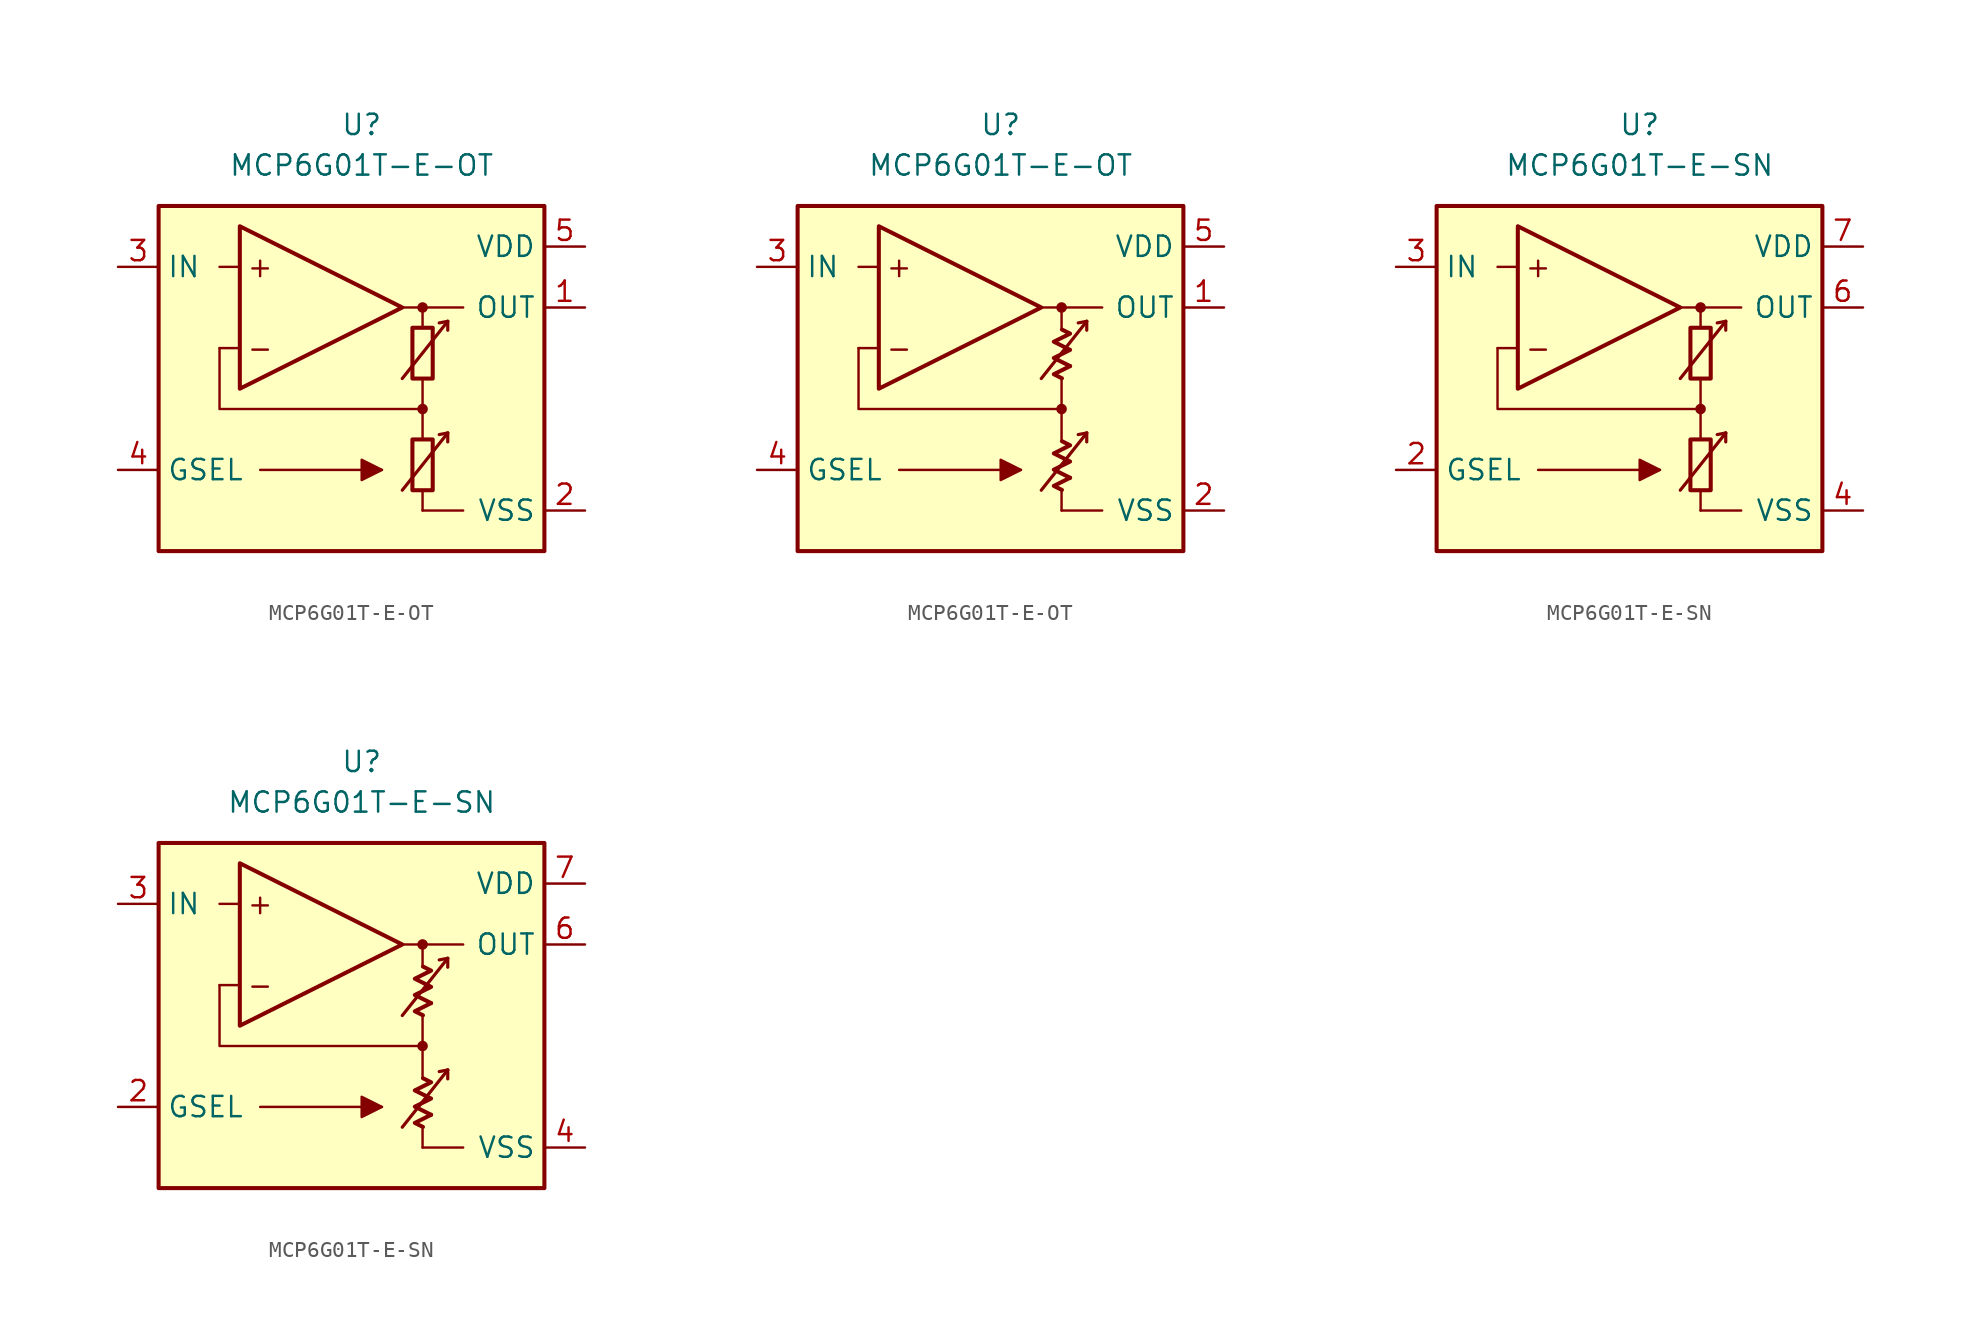
<source format=kicad_sym>
(kicad_symbol_lib
  (version 20231120)
  (generator "kicad_symbol_editor")
  (generator_version "8.0")
  (symbol "MCP6G01T-E-OT"
    (property "Reference" "U"
      (at 0 16.51 0)
      (effects (font (size 1.27 1.27))))
    (property "Value" "MCP6G01T-E-OT"
      (at 0 13.97 0)
      (effects (font (size 1.27 1.27))))
    (symbol "MCP6G01T-E-OT_0_0"
      (rectangle (start -12.7 11.43) (end 11.43 -10.16) (stroke (width 0.254) (type default)) (fill (type background)))
      (polyline (pts (xy 3.81 -3.81)) (stroke (width 0.152) (type default)) (fill (type none)))
      (polyline (pts (xy 3.81 -3.175)) (stroke (width 0.152) (type default)) (fill (type none)))
      (polyline (pts (xy 3.81 3.81)) (stroke (width 0.152) (type default)) (fill (type none)))
      (polyline (pts (xy 3.81 3.81)) (stroke (width 0.152) (type default)) (fill (type none)))
      (polyline (pts (xy -7.62 2.54) (xy -8.89 2.54)) (stroke (width 0.152) (type default)) (fill (type none)))
      (polyline (pts (xy -7.62 7.62) (xy -8.89 7.62)) (stroke (width 0.152) (type default)) (fill (type none)))
      (polyline (pts (xy 2.54 5.08) (xy 6.35 5.08)) (stroke (width 0.152) (type default)) (fill (type none)))
      (polyline (pts (xy 3.81 -7.62) (xy 6.35 -7.62)) (stroke (width 0.152) (type default)) (fill (type none)))
      (polyline (pts (xy 3.81 -6.35) (xy 3.81 -7.62)) (stroke (width 0.152) (type default)) (fill (type none)))
      (polyline (pts (xy 3.81 -1.27) (xy 3.81 -3.175)) (stroke (width 0.152) (type default)) (fill (type none)))
      (polyline (pts (xy 3.81 0.635) (xy 3.81 -1.27)) (stroke (width 0.152) (type default)) (fill (type none)))
      (polyline (pts (xy 3.81 5.08) (xy 3.81 3.81)) (stroke (width 0.152) (type default)) (fill (type none)))
      (polyline (pts (xy 3.81 -1.27) (xy -8.89 -1.27) (xy -8.89 2.54)) (stroke (width 0.152) (type default)) (fill (type none)))
      (circle (center 3.81 -1.27) (radius 0.254) (stroke (width 0.152) (type default)) (fill (type outline)))
      (circle (center 3.81 5.08) (radius 0.254) (stroke (width 0.152) (type default)) (fill (type outline)))
      (text "+" (at -6.35 7.62 0) (effects (font (size 1.27 1.27))))
      (text "-" (at -6.35 2.54 0) (effects (font (size 1.27 1.27)))))
    (symbol "MCP6G01T-E-OT_0_1"
      (rectangle (start 3.175 -3.175) (end 4.445 -6.35) (stroke (width 0.254) (type default)) (fill (type none)))
      (rectangle (start 3.175 3.81) (end 4.445 0.635) (stroke (width 0.254) (type default)) (fill (type none))))
    (symbol "MCP6G01T-E-OT_0_2"
      (polyline (pts (xy 4.343 -5.572) (xy 3.326 -6.08) (xy 3.834 -6.333)) (stroke (width 0.254) (type default)) (fill (type none)))
      (polyline (pts (xy 4.343 1.413) (xy 3.326 0.905) (xy 3.834 0.651)) (stroke (width 0.254) (type default)) (fill (type none)))
      (polyline (pts (xy 3.834 -3.285) (xy 4.343 -3.539) (xy 3.326 -4.048) (xy 4.343 -4.556) (xy 3.326 -5.064) (xy 4.343 -5.572)) (stroke (width 0.254) (type default)) (fill (type none)))
      (polyline (pts (xy 3.834 3.7) (xy 4.343 3.446) (xy 3.326 2.938) (xy 4.343 2.429) (xy 3.326 1.921) (xy 4.343 1.413)) (stroke (width 0.254) (type default)) (fill (type none))))
    (symbol "MCP6G01T-E-OT_1_0"
      (polyline (pts (xy -6.35 -5.08) (xy 1.27 -5.08)) (stroke (width 0.152) (type default)) (fill (type none)))
      (polyline (pts (xy 5.385 -2.769) (xy 4.851 -2.87)) (stroke (width 0.2) (type default)) (fill (type none)))
      (polyline (pts (xy 5.385 -2.769) (xy 5.385 -3.327)) (stroke (width 0.2) (type default)) (fill (type none)))
      (polyline (pts (xy 5.385 4.216) (xy 4.851 4.115)) (stroke (width 0.2) (type default)) (fill (type none)))
      (polyline (pts (xy 5.385 4.216) (xy 5.385 3.658)) (stroke (width 0.2) (type default)) (fill (type none)))
      (polyline (pts (xy -7.62 10.16) (xy -7.62 0) (xy 2.54 5.08) (xy -7.62 10.16)) (stroke (width 0.254) (type default)) (fill (type background)))
      (polyline (pts (xy 2.54 -6.35) (xy 5.385 -2.769) (xy 5.385 -2.769) (xy 5.385 -2.769)) (stroke (width 0.2) (type default)) (fill (type none)))
      (polyline (pts (xy 2.54 0.635) (xy 5.385 4.216) (xy 5.385 4.216) (xy 5.385 4.216)) (stroke (width 0.2) (type default)) (fill (type none)))
      (polyline (pts (xy 1.27 -5.08) (xy 0 -4.445) (xy 0 -5.715) (xy 1.27 -5.08) (xy 0 -4.445)) (stroke (width 0.152) (type default)) (fill (type outline))))
    (symbol "MCP6G01T-E-OT_1_1"
      (pin output line (at 13.97 5.08 180) (length 2.54) (name "OUT" (effects (font (size 1.27 1.27)))) (number "1" (effects (font (size 1.27 1.27)))))
      (pin power_in line (at 13.97 -7.62 180) (length 2.54) (name "VSS" (effects (font (size 1.27 1.27)))) (number "2" (effects (font (size 1.27 1.27)))))
      (pin input line (at -15.24 7.62 0) (length 2.54) (name "IN" (effects (font (size 1.27 1.27)))) (number "3" (effects (font (size 1.27 1.27)))))
      (pin input line (at -15.24 -5.08 0) (length 2.54) (name "GSEL" (effects (font (size 1.27 1.27)))) (number "4" (effects (font (size 1.27 1.27)))))
      (pin power_in line (at 13.97 8.89 180) (length 2.54) (name "VDD" (effects (font (size 1.27 1.27)))) (number "5" (effects (font (size 1.27 1.27))))))
    (symbol "MCP6G01T-E-OT_1_2"
      (pin output line (at 13.97 5.08 180) (length 2.54) (name "OUT" (effects (font (size 1.27 1.27)))) (number "1" (effects (font (size 1.27 1.27)))))
      (pin power_in line (at 13.97 -7.62 180) (length 2.54) (name "VSS" (effects (font (size 1.27 1.27)))) (number "2" (effects (font (size 1.27 1.27)))))
      (pin input line (at -15.24 7.62 0) (length 2.54) (name "IN" (effects (font (size 1.27 1.27)))) (number "3" (effects (font (size 1.27 1.27)))))
      (pin input line (at -15.24 -5.08 0) (length 2.54) (name "GSEL" (effects (font (size 1.27 1.27)))) (number "4" (effects (font (size 1.27 1.27)))))
      (pin power_in line (at 13.97 8.89 180) (length 2.54) (name "VDD" (effects (font (size 1.27 1.27)))) (number "5" (effects (font (size 1.27 1.27)))))))
  (symbol "MCP6G01T-E-SN"
    (property "Reference" "U"
      (at 0 16.51 0)
      (effects (font (size 1.27 1.27))))
    (property "Value" "MCP6G01T-E-SN"
      (at 0 13.97 0)
      (effects (font (size 1.27 1.27))))
    (symbol "MCP6G01T-E-SN_0_0"
      (rectangle (start -12.7 11.43) (end 11.43 -10.16) (stroke (width 0.254) (type default)) (fill (type background)))
      (polyline (pts (xy 3.81 -3.81)) (stroke (width 0.152) (type default)) (fill (type none)))
      (polyline (pts (xy 3.81 -3.175)) (stroke (width 0.152) (type default)) (fill (type none)))
      (polyline (pts (xy 3.81 3.81)) (stroke (width 0.152) (type default)) (fill (type none)))
      (polyline (pts (xy 3.81 3.81)) (stroke (width 0.152) (type default)) (fill (type none)))
      (polyline (pts (xy -7.62 2.54) (xy -8.89 2.54)) (stroke (width 0.152) (type default)) (fill (type none)))
      (polyline (pts (xy -7.62 7.62) (xy -8.89 7.62)) (stroke (width 0.152) (type default)) (fill (type none)))
      (polyline (pts (xy 2.54 5.08) (xy 6.35 5.08)) (stroke (width 0.152) (type default)) (fill (type none)))
      (polyline (pts (xy 3.81 -7.62) (xy 6.35 -7.62)) (stroke (width 0.152) (type default)) (fill (type none)))
      (polyline (pts (xy 3.81 -6.35) (xy 3.81 -7.62)) (stroke (width 0.152) (type default)) (fill (type none)))
      (polyline (pts (xy 3.81 -1.27) (xy 3.81 -3.175)) (stroke (width 0.152) (type default)) (fill (type none)))
      (polyline (pts (xy 3.81 0.635) (xy 3.81 -1.27)) (stroke (width 0.152) (type default)) (fill (type none)))
      (polyline (pts (xy 3.81 5.08) (xy 3.81 3.81)) (stroke (width 0.152) (type default)) (fill (type none)))
      (polyline (pts (xy 3.81 -1.27) (xy -8.89 -1.27) (xy -8.89 2.54)) (stroke (width 0.152) (type default)) (fill (type none)))
      (circle (center 3.81 -1.27) (radius 0.254) (stroke (width 0.152) (type default)) (fill (type outline)))
      (circle (center 3.81 5.08) (radius 0.254) (stroke (width 0.152) (type default)) (fill (type outline)))
      (text "+" (at -6.35 7.62 0) (effects (font (size 1.27 1.27))))
      (text "-" (at -6.35 2.54 0) (effects (font (size 1.27 1.27)))))
    (symbol "MCP6G01T-E-SN_0_1"
      (rectangle (start 3.175 -3.175) (end 4.445 -6.35) (stroke (width 0.254) (type default)) (fill (type none)))
      (rectangle (start 3.175 3.81) (end 4.445 0.635) (stroke (width 0.254) (type default)) (fill (type none))))
    (symbol "MCP6G01T-E-SN_0_2"
      (polyline (pts (xy 4.343 -5.572) (xy 3.326 -6.08) (xy 3.834 -6.333)) (stroke (width 0.254) (type default)) (fill (type none)))
      (polyline (pts (xy 4.343 1.413) (xy 3.326 0.905) (xy 3.834 0.651)) (stroke (width 0.254) (type default)) (fill (type none)))
      (polyline (pts (xy 3.834 -3.285) (xy 4.343 -3.539) (xy 3.326 -4.048) (xy 4.343 -4.556) (xy 3.326 -5.064) (xy 4.343 -5.572)) (stroke (width 0.254) (type default)) (fill (type none)))
      (polyline (pts (xy 3.834 3.7) (xy 4.343 3.446) (xy 3.326 2.938) (xy 4.343 2.429) (xy 3.326 1.921) (xy 4.343 1.413)) (stroke (width 0.254) (type default)) (fill (type none))))
    (symbol "MCP6G01T-E-SN_1_0"
      (polyline (pts (xy -6.35 -5.08) (xy 1.27 -5.08)) (stroke (width 0.152) (type default)) (fill (type none)))
      (polyline (pts (xy 5.385 -2.769) (xy 4.851 -2.87)) (stroke (width 0.2) (type default)) (fill (type none)))
      (polyline (pts (xy 5.385 -2.769) (xy 5.385 -3.327)) (stroke (width 0.2) (type default)) (fill (type none)))
      (polyline (pts (xy 5.385 4.216) (xy 4.851 4.115)) (stroke (width 0.2) (type default)) (fill (type none)))
      (polyline (pts (xy 5.385 4.216) (xy 5.385 3.658)) (stroke (width 0.2) (type default)) (fill (type none)))
      (polyline (pts (xy -7.62 10.16) (xy -7.62 0) (xy 2.54 5.08) (xy -7.62 10.16)) (stroke (width 0.254) (type default)) (fill (type background)))
      (polyline (pts (xy 2.54 -6.35) (xy 5.385 -2.769) (xy 5.385 -2.769) (xy 5.385 -2.769)) (stroke (width 0.2) (type default)) (fill (type none)))
      (polyline (pts (xy 2.54 0.635) (xy 5.385 4.216) (xy 5.385 4.216) (xy 5.385 4.216)) (stroke (width 0.2) (type default)) (fill (type none)))
      (polyline (pts (xy 1.27 -5.08) (xy 0 -4.445) (xy 0 -5.715) (xy 1.27 -5.08) (xy 0 -4.445)) (stroke (width 0.152) (type default)) (fill (type outline))))
    (symbol "MCP6G01T-E-SN_1_1"
      (pin free line (at -1.27 -5.08 0) (length 2.54) hide (name "NC" (effects (font (size 1.27 1.27)))) (number "1" (effects (font (size 1.27 1.27)))))
      (pin input line (at -15.24 -5.08 0) (length 2.54) (name "GSEL" (effects (font (size 1.27 1.27)))) (number "2" (effects (font (size 1.27 1.27)))))
      (pin input line (at -15.24 7.62 0) (length 2.54) (name "IN" (effects (font (size 1.27 1.27)))) (number "3" (effects (font (size 1.27 1.27)))))
      (pin power_in line (at 13.97 -7.62 180) (length 2.54) (name "VSS" (effects (font (size 1.27 1.27)))) (number "4" (effects (font (size 1.27 1.27)))))
      (pin free line (at -1.27 -7.62 0) (length 2.54) hide (name "NC" (effects (font (size 1.27 1.27)))) (number "5" (effects (font (size 1.27 1.27)))))
      (pin output line (at 13.97 5.08 180) (length 2.54) (name "OUT" (effects (font (size 1.27 1.27)))) (number "6" (effects (font (size 1.27 1.27)))))
      (pin power_in line (at 13.97 8.89 180) (length 2.54) (name "VDD" (effects (font (size 1.27 1.27)))) (number "7" (effects (font (size 1.27 1.27)))))
      (pin free line (at -1.27 -2.54 0) (length 2.54) hide (name "NC" (effects (font (size 1.27 1.27)))) (number "8" (effects (font (size 1.27 1.27))))))
    (symbol "MCP6G01T-E-SN_1_2"
      (pin no_connect line (at -1.27 -5.08 0) (length 2.54) hide (name "NC" (effects (font (size 1.27 1.27)))) (number "1" (effects (font (size 1.27 1.27)))))
      (pin input line (at -15.24 -5.08 0) (length 2.54) (name "GSEL" (effects (font (size 1.27 1.27)))) (number "2" (effects (font (size 1.27 1.27)))))
      (pin input line (at -15.24 7.62 0) (length 2.54) (name "IN" (effects (font (size 1.27 1.27)))) (number "3" (effects (font (size 1.27 1.27)))))
      (pin power_in line (at 13.97 -7.62 180) (length 2.54) (name "VSS" (effects (font (size 1.27 1.27)))) (number "4" (effects (font (size 1.27 1.27)))))
      (pin no_connect line (at -1.27 -7.62 0) (length 2.54) hide (name "NC" (effects (font (size 1.27 1.27)))) (number "5" (effects (font (size 1.27 1.27)))))
      (pin output line (at 13.97 5.08 180) (length 2.54) (name "OUT" (effects (font (size 1.27 1.27)))) (number "6" (effects (font (size 1.27 1.27)))))
      (pin power_in line (at 13.97 8.89 180) (length 2.54) (name "VDD" (effects (font (size 1.27 1.27)))) (number "7" (effects (font (size 1.27 1.27)))))
      (pin no_connect line (at -1.27 -2.54 0) (length 2.54) hide (name "NC" (effects (font (size 1.27 1.27)))) (number "8" (effects (font (size 1.27 1.27))))))))
</source>
